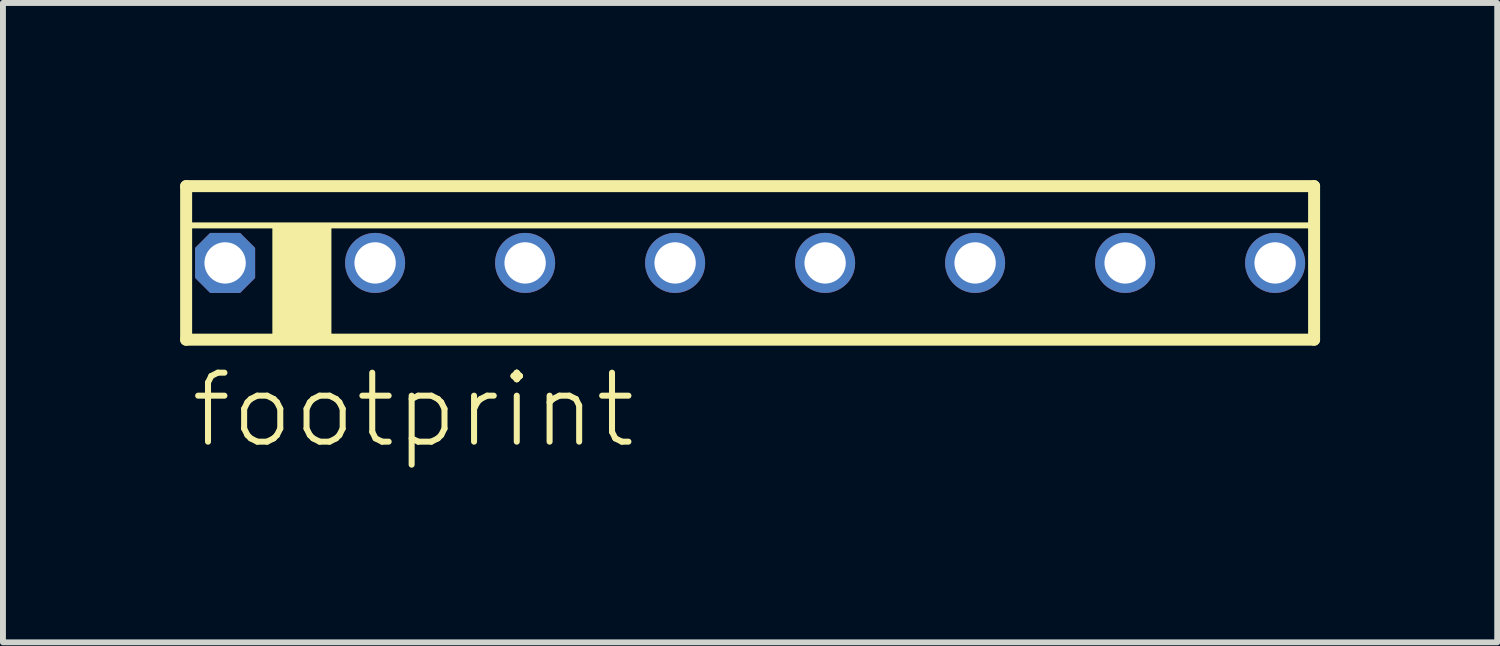
<source format=kicad_pcb>
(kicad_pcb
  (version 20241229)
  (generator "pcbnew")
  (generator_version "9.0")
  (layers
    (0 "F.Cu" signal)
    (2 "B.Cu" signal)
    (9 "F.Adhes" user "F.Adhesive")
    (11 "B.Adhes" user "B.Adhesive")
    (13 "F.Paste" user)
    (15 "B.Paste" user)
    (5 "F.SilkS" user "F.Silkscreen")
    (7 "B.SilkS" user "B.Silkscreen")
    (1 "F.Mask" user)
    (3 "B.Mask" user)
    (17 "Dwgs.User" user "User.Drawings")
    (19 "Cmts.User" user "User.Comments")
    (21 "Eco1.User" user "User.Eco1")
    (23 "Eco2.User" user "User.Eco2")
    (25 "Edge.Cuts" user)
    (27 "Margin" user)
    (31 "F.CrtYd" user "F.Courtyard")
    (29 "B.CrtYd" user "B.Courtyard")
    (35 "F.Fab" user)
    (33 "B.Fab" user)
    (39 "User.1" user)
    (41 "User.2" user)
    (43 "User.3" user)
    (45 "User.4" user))
  (footprint "footprint"
    (layer "F.Cu")
    (at 9.652 1.402)
    (property "Reference" "footprint" (at -9.525 3.175 0) (layer "F.SilkS") (effects (font (size 1.168 1.168) (thickness 0.102)) (justify left bottom)))
    (fp_line (start -9.55 -1.3) (end 9.55 -1.3) (stroke (width 0.203) (type solid)) (layer "F.SilkS"))
    (fp_line (start -9.55 1.3) (end -9.55 -1.3) (stroke (width 0.203) (type solid)) (layer "F.SilkS"))
    (fp_line (start -9.525 -0.635) (end 9.525 -0.635) (stroke (width 0.102) (type solid)) (layer "F.SilkS"))
    (fp_line (start 9.55 -1.3) (end 9.55 1.3) (stroke (width 0.203) (type solid)) (layer "F.SilkS"))
    (fp_line (start 9.55 1.3) (end -9.55 1.3) (stroke (width 0.203) (type solid)) (layer "F.SilkS"))
    (fp_poly (pts (xy -7.09 -0.635) (xy -8.09 -0.635) (xy -8.09 1.275) (xy -7.09 1.275)) (stroke (width 0) (type solid)) (fill yes) (layer "F.SilkS"))
    (pad "1" thru_hole roundrect (at -8.89 0 90) (size 1.016 1.016) (drill 0.7) (layers "*.Cu" "*.Mask") (roundrect_rratio 0.25) (chamfer_ratio 0.25) (chamfer top_left top_right bottom_left bottom_right))
    (pad "2" thru_hole circle (at -6.35 0 90) (size 1.016 1.016) (drill 0.7) (layers "*.Cu" "*.Mask"))
    (pad "3" thru_hole circle (at -3.81 0 90) (size 1.016 1.016) (drill 0.7) (layers "*.Cu" "*.Mask"))
    (pad "4" thru_hole circle (at -1.27 0 90) (size 1.016 1.016) (drill 0.7) (layers "*.Cu" "*.Mask"))
    (pad "5" thru_hole circle (at 1.27 0 90) (size 1.016 1.016) (drill 0.7) (layers "*.Cu" "*.Mask"))
    (pad "6" thru_hole circle (at 3.81 0 90) (size 1.016 1.016) (drill 0.7) (layers "*.Cu" "*.Mask"))
    (pad "7" thru_hole circle (at 6.35 0 90) (size 1.016 1.016) (drill 0.7) (layers "*.Cu" "*.Mask"))
    (pad "8" thru_hole circle (at 8.89 0 90) (size 1.016 1.016) (drill 0.7) (layers "*.Cu" "*.Mask")))
  (gr_rect
    (start -3 -3)
    (end 22.303 7.827)
    (stroke (width 0.1) (type default))
    (fill no)
    (layer "Edge.Cuts")))
</source>
